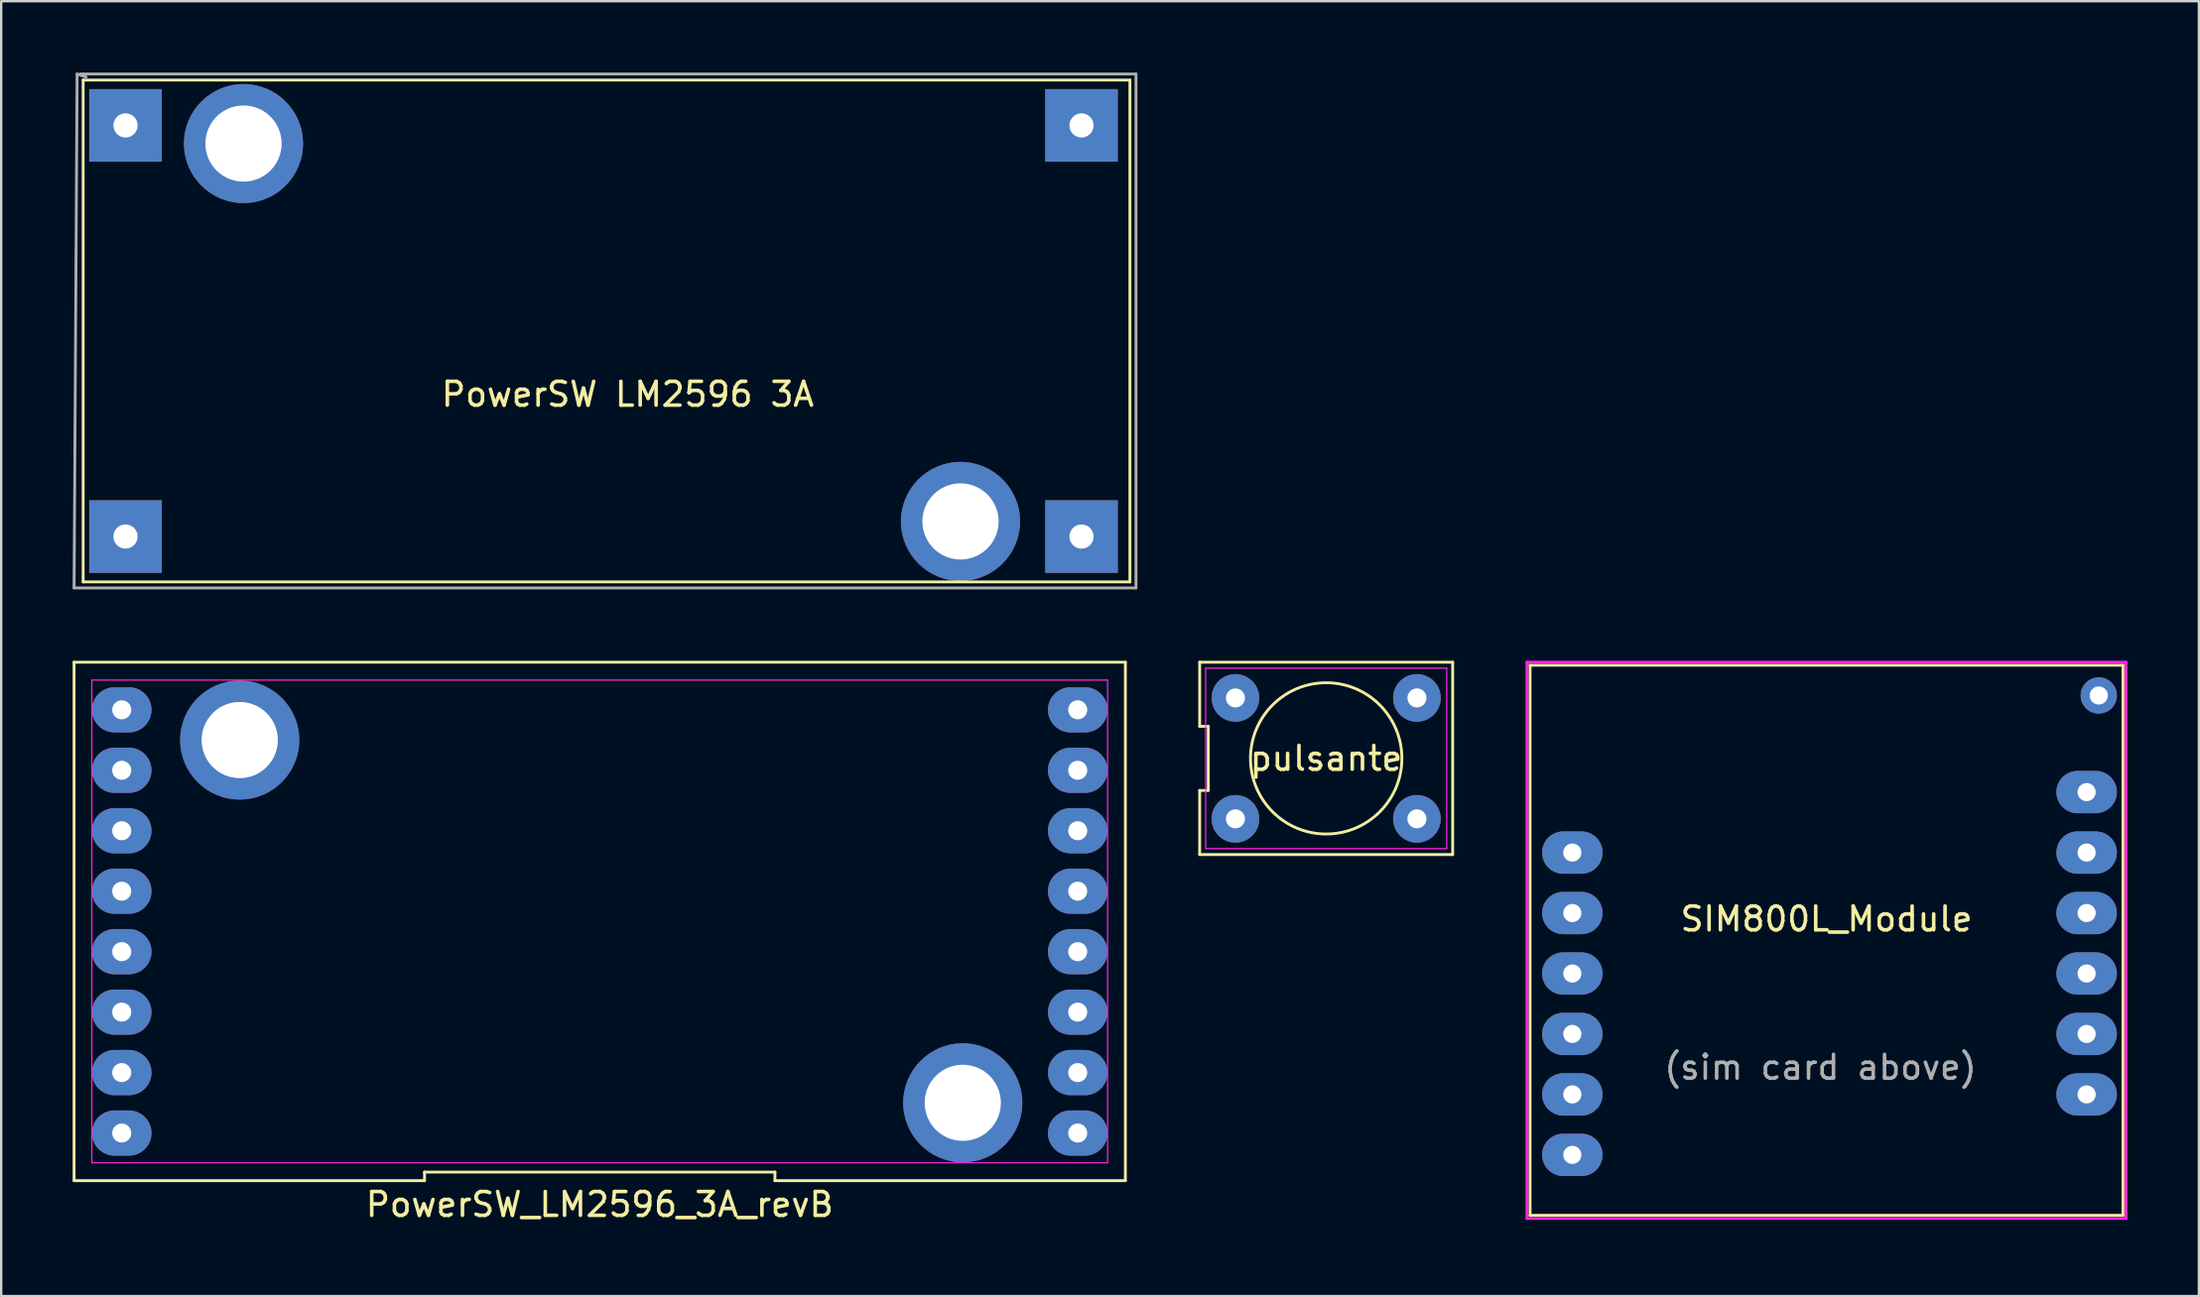
<source format=kicad_pcb>
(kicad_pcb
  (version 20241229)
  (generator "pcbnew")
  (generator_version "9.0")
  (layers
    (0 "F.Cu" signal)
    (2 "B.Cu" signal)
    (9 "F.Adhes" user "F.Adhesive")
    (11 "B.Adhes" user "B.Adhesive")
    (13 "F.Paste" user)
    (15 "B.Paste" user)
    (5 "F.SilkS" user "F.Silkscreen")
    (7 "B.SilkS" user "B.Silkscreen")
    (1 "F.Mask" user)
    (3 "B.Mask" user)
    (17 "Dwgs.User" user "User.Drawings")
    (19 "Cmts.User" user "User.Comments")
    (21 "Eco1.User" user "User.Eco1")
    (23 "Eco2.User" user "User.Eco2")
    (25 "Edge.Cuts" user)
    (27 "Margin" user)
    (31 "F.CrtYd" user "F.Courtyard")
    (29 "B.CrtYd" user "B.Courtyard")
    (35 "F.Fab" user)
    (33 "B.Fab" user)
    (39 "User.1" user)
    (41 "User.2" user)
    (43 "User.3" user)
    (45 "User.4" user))
  (footprint "PowerSW_LM2596_3A_revB"
    (layer "F.Cu")
    (at 21.999 35.66)
    (property "Reference" "PowerSW_LM2596_3A_revB" (at 0.127 11.89 180) (layer "F.SilkS") (effects (font (size 1 1) (thickness 0.15))))
    (attr through_hole)
    (fp_line (start -21.939 -10.89) (end -21.939 10.89) (stroke (width 0.12) (type solid)) (layer "F.SilkS"))
    (fp_line (start -21.939 10.89) (end -7.228 10.89) (stroke (width 0.12) (type solid)) (layer "F.SilkS"))
    (fp_line (start -7.228 10.53) (end 7.482 10.53) (stroke (width 0.12) (type solid)) (layer "F.SilkS"))
    (fp_line (start -7.228 10.89) (end -7.228 10.53) (stroke (width 0.12) (type solid)) (layer "F.SilkS"))
    (fp_line (start 7.482 10.53) (end 7.482 10.89) (stroke (width 0.12) (type solid)) (layer "F.SilkS"))
    (fp_line (start 7.482 10.89) (end 22.193 10.89) (stroke (width 0.12) (type solid)) (layer "F.SilkS"))
    (fp_line (start 22.193 -10.89) (end -21.939 -10.89) (stroke (width 0.12) (type solid)) (layer "F.SilkS"))
    (fp_line (start 22.193 10.89) (end 22.193 -10.89) (stroke (width 0.12) (type solid)) (layer "F.SilkS"))
    (fp_line (start -21.193 -10.14) (end 21.447 -10.14) (stroke (width 0.05) (type solid)) (layer "F.CrtYd"))
    (fp_line (start -21.193 10.14) (end -21.193 -10.14) (stroke (width 0.05) (type solid)) (layer "F.CrtYd"))
    (fp_line (start 21.447 -10.14) (end 21.447 10.14) (stroke (width 0.05) (type solid)) (layer "F.CrtYd"))
    (fp_line (start 21.447 10.14) (end -21.193 10.14) (stroke (width 0.05) (type solid)) (layer "F.CrtYd"))
    (pad "" thru_hole oval (at -19.939 -6.35 90) (size 1.9 2.5) (drill 0.8) (layers "*.Cu" "*.Mask"))
    (pad "" thru_hole oval (at -19.939 -3.81 90) (size 1.9 2.5) (drill 0.8) (layers "*.Cu" "*.Mask"))
    (pad "" thru_hole oval (at -19.939 -1.27 90) (size 1.9 2.5) (drill 0.8) (layers "*.Cu" "*.Mask"))
    (pad "" thru_hole oval (at -19.939 1.27 90) (size 1.9 2.5) (drill 0.8) (layers "*.Cu" "*.Mask"))
    (pad "" thru_hole oval (at -19.939 3.81 90) (size 1.9 2.5) (drill 0.8) (layers "*.Cu" "*.Mask"))
    (pad "" thru_hole oval (at -19.939 6.35 90) (size 1.9 2.5) (drill 0.8) (layers "*.Cu" "*.Mask"))
    (pad "" thru_hole circle (at -14.986 -7.62) (size 5 5) (drill 3.2) (layers "*.Cu" "*.Mask"))
    (pad "" thru_hole circle (at 15.367 7.62) (size 5 5) (drill 3.2) (layers "*.Cu" "*.Mask"))
    (pad "" thru_hole oval (at 20.193 -6.35 90) (size 1.9 2.5) (drill 0.8) (layers "*.Cu" "*.Mask"))
    (pad "" thru_hole oval (at 20.193 -3.81 90) (size 1.9 2.5) (drill 0.8) (layers "*.Cu" "*.Mask"))
    (pad "" thru_hole oval (at 20.193 -1.27 90) (size 1.9 2.5) (drill 0.8) (layers "*.Cu" "*.Mask"))
    (pad "" thru_hole oval (at 20.193 1.27 90) (size 1.9 2.5) (drill 0.8) (layers "*.Cu" "*.Mask"))
    (pad "" thru_hole oval (at 20.193 3.81 90) (size 1.9 2.5) (drill 0.8) (layers "*.Cu" "*.Mask"))
    (pad "" thru_hole oval (at 20.193 6.35 90) (size 1.9 2.5) (drill 0.8) (layers "*.Cu" "*.Mask"))
    (pad "1" thru_hole oval (at -19.939 -8.89 90) (size 1.9 2.5) (drill 0.8) (layers "*.Cu" "*.Mask"))
    (pad "2" thru_hole oval (at -19.939 8.89 90) (size 1.9 2.5) (drill 0.8) (layers "*.Cu" "*.Mask"))
    (pad "3" thru_hole oval (at 20.193 -8.89 90) (size 1.9 2.5) (drill 0.8) (layers "*.Cu" "*.Mask"))
    (pad "4" thru_hole oval (at 20.193 8.89 90) (size 1.9 2.5) (drill 0.8) (layers "*.Cu" "*.Mask")))
  (footprint "SIM800L_Module"
    (layer "F.Cu")
    (at 73.371 35.819)
    (property "Reference" "SIM800L_Module" (at 0.254 -0.262 180) (layer "F.SilkS") (effects (font (size 1 1) (thickness 0.15))))
    (attr through_hole)
    (fp_line (start -12.19 -10.922) (end -12.19 12.188) (stroke (width 0.12) (type solid)) (layer "F.SilkS"))
    (fp_line (start -12.19 12.188) (end 12.7 12.188) (stroke (width 0.12) (type solid)) (layer "F.SilkS"))
    (fp_line (start 12.7 -10.922) (end -12.19 -10.922) (stroke (width 0.12) (type solid)) (layer "F.SilkS"))
    (fp_line (start 12.7 12.188) (end 12.7 -10.922) (stroke (width 0.12) (type solid)) (layer "F.SilkS"))
    (fp_line (start -12.319 -11.049) (end 12.827 -11.049) (stroke (width 0.12) (type solid)) (layer "F.CrtYd"))
    (fp_line (start -12.319 12.319) (end -12.319 -11.049) (stroke (width 0.12) (type solid)) (layer "F.CrtYd"))
    (fp_line (start 12.827 -11.049) (end 12.827 12.319) (stroke (width 0.12) (type solid)) (layer "F.CrtYd"))
    (fp_line (start 12.827 12.319) (end -12.319 12.319) (stroke (width 0.12) (type solid)) (layer "F.CrtYd"))
    (fp_text user "(sim card above)" (at 0 5.969 0) (layer "F.Fab") (effects (font (size 1 1) (thickness 0.15))))
    (pad "1" thru_hole circle (at 11.684 -9.652 180) (size 1.524 1.524) (drill 0.762) (layers "*.Cu" "*.Mask"))
    (pad "2" thru_hole oval (at 11.174 -5.592 180) (size 2.54 1.778) (drill 0.762) (layers "*.Cu" "*.Mask"))
    (pad "3" thru_hole oval (at 11.174 -3.052 180) (size 2.54 1.778) (drill 0.762) (layers "*.Cu" "*.Mask"))
    (pad "4" thru_hole oval (at 11.174 -0.512 180) (size 2.54 1.778) (drill 0.762) (layers "*.Cu" "*.Mask"))
    (pad "5" thru_hole oval (at 11.174 2.028 180) (size 2.54 1.778) (drill 0.762) (layers "*.Cu" "*.Mask"))
    (pad "6" thru_hole oval (at 11.174 4.568 180) (size 2.54 1.778) (drill 0.762) (layers "*.Cu" "*.Mask"))
    (pad "7" thru_hole oval (at 11.174 7.108 180) (size 2.54 1.778) (drill 0.762) (layers "*.Cu" "*.Mask"))
    (pad "8" thru_hole oval (at -10.416 -3.052 180) (size 2.54 1.778) (drill 0.762) (layers "*.Cu" "*.Mask"))
    (pad "9" thru_hole oval (at -10.416 -0.512 180) (size 2.54 1.778) (drill 0.762) (layers "*.Cu" "*.Mask"))
    (pad "10" thru_hole oval (at -10.416 2.028 180) (size 2.54 1.778) (drill 0.762) (layers "*.Cu" "*.Mask"))
    (pad "11" thru_hole oval (at -10.416 4.568 180) (size 2.54 1.778) (drill 0.762) (layers "*.Cu" "*.Mask"))
    (pad "12" thru_hole oval (at -10.416 7.108 180) (size 2.54 1.778) (drill 0.762) (layers "*.Cu" "*.Mask"))
    (pad "13" thru_hole oval (at -10.416 9.648 180) (size 2.54 1.778) (drill 0.762) (layers "*.Cu" "*.Mask")))
  (footprint "PowerSW LM2596 3A"
    (layer "F.Cu")
    (at 0.441 0.314)
    (property "Reference" "PowerSW LM2596 3A" (at 22.86 13.2 0) (layer "F.SilkS") (effects (font (size 1 1) (thickness 0.15))))
    (attr through_hole)
    (fp_line (start 0 0) (end 43.942 0) (stroke (width 0.12) (type solid)) (layer "F.SilkS"))
    (fp_line (start 0 21.082) (end 0 0) (stroke (width 0.12) (type solid)) (layer "F.SilkS"))
    (fp_line (start 43.942 0) (end 43.942 21.082) (stroke (width 0.12) (type solid)) (layer "F.SilkS"))
    (fp_line (start 43.942 21.082) (end 0 21.082) (stroke (width 0.12) (type solid)) (layer "F.SilkS"))
    (fp_line (start -0.381 21.336) (end -0.254 -0.254) (stroke (width 0.12) (type solid)) (layer "F.Fab"))
    (fp_line (start -0.254 -0.254) (end 0.127 -0.127) (stroke (width 0.12) (type solid)) (layer "F.Fab"))
    (fp_line (start -0.127 -0.254) (end 44.196 -0.254) (stroke (width 0.12) (type solid)) (layer "F.Fab"))
    (fp_line (start 44.196 -0.254) (end 44.196 21.336) (stroke (width 0.12) (type solid)) (layer "F.Fab"))
    (fp_line (start 44.196 21.336) (end -0.381 21.336) (stroke (width 0.12) (type solid)) (layer "F.Fab"))
    (pad "" thru_hole circle (at 6.731 2.667) (size 5 5) (drill 3.2) (layers "*.Cu" "*.Mask"))
    (pad "" thru_hole circle (at 36.83 18.542) (size 5 5) (drill 3.2) (layers "*.Cu" "*.Mask"))
    (pad "1" thru_hole rect (at 1.778 1.905) (size 3.048 3.048) (drill 1.016) (layers "*.Cu" "*.Mask"))
    (pad "2" thru_hole rect (at 1.778 19.177) (size 3.048 3.048) (drill 1.016) (layers "*.Cu" "*.Mask"))
    (pad "3" thru_hole rect (at 41.91 1.905) (size 3.048 3.048) (drill 1.016) (layers "*.Cu" "*.Mask"))
    (pad "4" thru_hole rect (at 41.91 19.177) (size 3.048 3.048) (drill 1.016) (layers "*.Cu" "*.Mask")))
  (footprint "pulsante"
    (layer "F.Cu")
    (at 52.622 28.81)
    (property "Reference" "pulsante" (at 0 0 180) (layer "F.SilkS") (effects (font (size 1 1) (thickness 0.15))))
    (attr through_hole)
    (fp_line (start -5.31 -4.04) (end -5.31 -1.347) (stroke (width 0.12) (type solid)) (layer "F.SilkS"))
    (fp_line (start -5.31 -1.347) (end -4.95 -1.347) (stroke (width 0.12) (type solid)) (layer "F.SilkS"))
    (fp_line (start -5.31 1.347) (end -5.31 4.04) (stroke (width 0.12) (type solid)) (layer "F.SilkS"))
    (fp_line (start -5.31 4.04) (end 5.31 4.04) (stroke (width 0.12) (type solid)) (layer "F.SilkS"))
    (fp_line (start -4.95 -1.347) (end -4.95 1.347) (stroke (width 0.12) (type solid)) (layer "F.SilkS"))
    (fp_line (start -4.95 1.347) (end -5.31 1.347) (stroke (width 0.12) (type solid)) (layer "F.SilkS"))
    (fp_line (start 5.31 -4.04) (end -5.31 -4.04) (stroke (width 0.12) (type solid)) (layer "F.SilkS"))
    (fp_line (start 5.31 4.04) (end 5.31 -4.04) (stroke (width 0.12) (type solid)) (layer "F.SilkS"))
    (fp_circle (center 0 0) (end 0.127 -3.175) (stroke (width 0.12) (type solid)) (fill no) (layer "F.SilkS"))
    (fp_line (start -5.06 -3.79) (end 5.06 -3.79) (stroke (width 0.05) (type solid)) (layer "F.CrtYd"))
    (fp_line (start -5.06 3.79) (end -5.06 -3.79) (stroke (width 0.05) (type solid)) (layer "F.CrtYd"))
    (fp_line (start 5.06 -3.79) (end 5.06 3.79) (stroke (width 0.05) (type solid)) (layer "F.CrtYd"))
    (fp_line (start 5.06 3.79) (end -5.06 3.79) (stroke (width 0.05) (type solid)) (layer "F.CrtYd"))
    (pad "1" thru_hole circle (at -3.81 2.54) (size 2 2) (drill 0.8) (layers "*.Cu" "*.Mask"))
    (pad "2" thru_hole circle (at 3.81 2.54) (size 2 2) (drill 0.8) (layers "*.Cu" "*.Mask"))
    (pad "3" thru_hole circle (at 3.81 -2.54) (size 2 2) (drill 0.8) (layers "*.Cu" "*.Mask"))
    (pad "4" thru_hole circle (at -3.81 -2.54) (size 2 2) (drill 0.8) (layers "*.Cu" "*.Mask")))
  (gr_rect
    (start -3 -3)
    (end 89.258 51.398)
    (stroke (width 0.1) (type default))
    (fill no)
    (layer "Edge.Cuts")))
</source>
